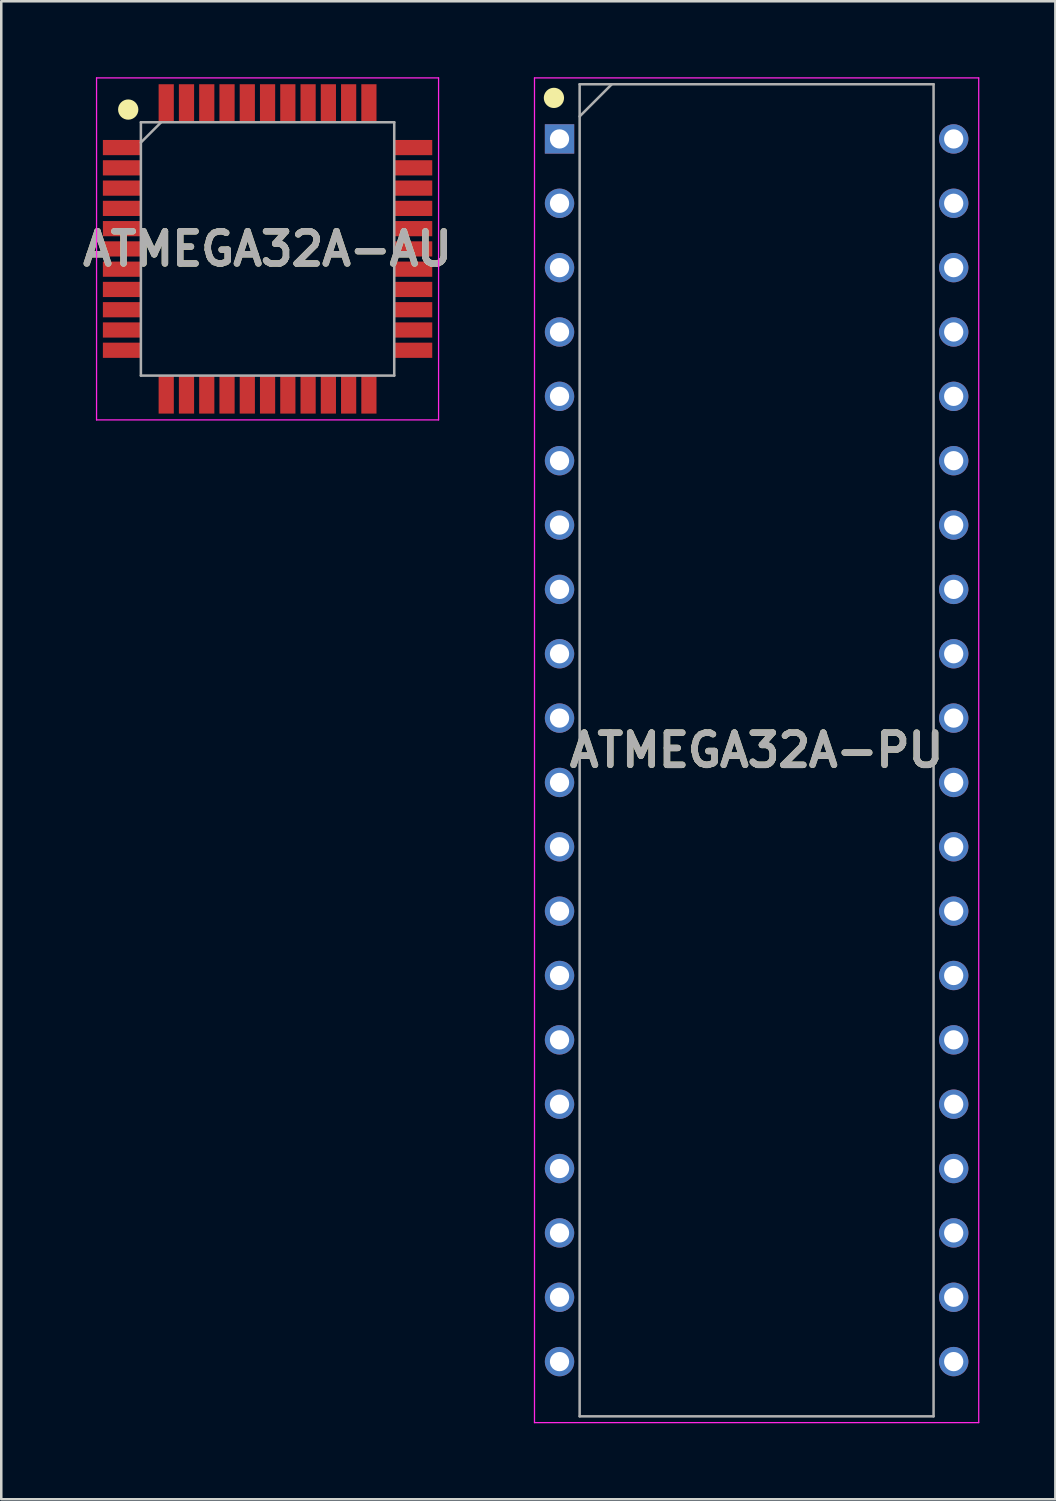
<source format=kicad_pcb>
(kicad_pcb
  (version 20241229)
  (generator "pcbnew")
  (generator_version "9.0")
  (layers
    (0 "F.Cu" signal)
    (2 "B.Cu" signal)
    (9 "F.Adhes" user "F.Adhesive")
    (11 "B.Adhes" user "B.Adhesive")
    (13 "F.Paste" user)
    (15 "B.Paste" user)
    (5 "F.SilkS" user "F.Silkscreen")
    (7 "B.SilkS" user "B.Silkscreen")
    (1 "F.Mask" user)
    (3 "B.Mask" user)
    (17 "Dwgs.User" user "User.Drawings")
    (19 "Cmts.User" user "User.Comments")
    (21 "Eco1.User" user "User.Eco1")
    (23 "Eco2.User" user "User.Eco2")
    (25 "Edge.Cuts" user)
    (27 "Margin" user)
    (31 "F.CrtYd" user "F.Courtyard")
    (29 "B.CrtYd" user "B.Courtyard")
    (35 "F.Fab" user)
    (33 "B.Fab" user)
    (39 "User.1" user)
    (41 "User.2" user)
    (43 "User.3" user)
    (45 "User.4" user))
  (footprint "ATMEGA32A-PU"
    (layer "F.Cu")
    (at 26.814 26.564)
    (property "Reference" "ATMEGA32A-PU" (at 0 0 0) (layer "F.SilkS") (effects (font (size 1.27 1.27) (thickness 0.254))))
    (attr through_hole)
    (fp_circle (center -8 -25.75) (end -8 -25.55) (stroke (width 0.4) (type solid)) (fill no) (layer "F.SilkS"))
    (fp_line (start -8.767 -26.539) (end 8.767 -26.539) (stroke (width 0.05) (type solid)) (layer "F.CrtYd"))
    (fp_line (start -8.767 26.539) (end -8.767 -26.539) (stroke (width 0.05) (type solid)) (layer "F.CrtYd"))
    (fp_line (start 8.767 -26.539) (end 8.767 26.539) (stroke (width 0.05) (type solid)) (layer "F.CrtYd"))
    (fp_line (start 8.767 26.539) (end -8.767 26.539) (stroke (width 0.05) (type solid)) (layer "F.CrtYd"))
    (fp_line (start -6.985 -26.289) (end 6.985 -26.289) (stroke (width 0.1) (type solid)) (layer "F.Fab"))
    (fp_line (start -6.985 -25.019) (end -5.715 -26.289) (stroke (width 0.1) (type solid)) (layer "F.Fab"))
    (fp_line (start -6.985 26.289) (end -6.985 -26.289) (stroke (width 0.1) (type solid)) (layer "F.Fab"))
    (fp_line (start 6.985 -26.289) (end 6.985 26.289) (stroke (width 0.1) (type solid)) (layer "F.Fab"))
    (fp_line (start 6.985 26.289) (end -6.985 26.289) (stroke (width 0.1) (type solid)) (layer "F.Fab"))
    (fp_text user "${REFERENCE}" (at 0 0 0) (layer "F.Fab") (effects (font (size 1.27 1.27) (thickness 0.254))))
    (pad "1" thru_hole rect (at -7.779 -24.13) (size 1.159 1.159) (drill 0.759) (layers "*.Cu" "*.Mask"))
    (pad "2" thru_hole circle (at -7.779 -21.59) (size 1.159 1.159) (drill 0.759) (layers "*.Cu" "*.Mask"))
    (pad "3" thru_hole circle (at -7.779 -19.05) (size 1.159 1.159) (drill 0.759) (layers "*.Cu" "*.Mask"))
    (pad "4" thru_hole circle (at -7.779 -16.51) (size 1.159 1.159) (drill 0.759) (layers "*.Cu" "*.Mask"))
    (pad "5" thru_hole circle (at -7.779 -13.97) (size 1.159 1.159) (drill 0.759) (layers "*.Cu" "*.Mask"))
    (pad "6" thru_hole circle (at -7.779 -11.43) (size 1.159 1.159) (drill 0.759) (layers "*.Cu" "*.Mask"))
    (pad "7" thru_hole circle (at -7.779 -8.89) (size 1.159 1.159) (drill 0.759) (layers "*.Cu" "*.Mask"))
    (pad "8" thru_hole circle (at -7.779 -6.35) (size 1.159 1.159) (drill 0.759) (layers "*.Cu" "*.Mask"))
    (pad "9" thru_hole circle (at -7.779 -3.81) (size 1.159 1.159) (drill 0.759) (layers "*.Cu" "*.Mask"))
    (pad "10" thru_hole circle (at -7.779 -1.27) (size 1.159 1.159) (drill 0.759) (layers "*.Cu" "*.Mask"))
    (pad "11" thru_hole circle (at -7.779 1.27) (size 1.159 1.159) (drill 0.759) (layers "*.Cu" "*.Mask"))
    (pad "12" thru_hole circle (at -7.779 3.81) (size 1.159 1.159) (drill 0.759) (layers "*.Cu" "*.Mask"))
    (pad "13" thru_hole circle (at -7.779 6.35) (size 1.159 1.159) (drill 0.759) (layers "*.Cu" "*.Mask"))
    (pad "14" thru_hole circle (at -7.779 8.89) (size 1.159 1.159) (drill 0.759) (layers "*.Cu" "*.Mask"))
    (pad "15" thru_hole circle (at -7.779 11.43) (size 1.159 1.159) (drill 0.759) (layers "*.Cu" "*.Mask"))
    (pad "16" thru_hole circle (at -7.779 13.97) (size 1.159 1.159) (drill 0.759) (layers "*.Cu" "*.Mask"))
    (pad "17" thru_hole circle (at -7.779 16.51) (size 1.159 1.159) (drill 0.759) (layers "*.Cu" "*.Mask"))
    (pad "18" thru_hole circle (at -7.779 19.05) (size 1.159 1.159) (drill 0.759) (layers "*.Cu" "*.Mask"))
    (pad "19" thru_hole circle (at -7.779 21.59) (size 1.159 1.159) (drill 0.759) (layers "*.Cu" "*.Mask"))
    (pad "20" thru_hole circle (at -7.779 24.13) (size 1.159 1.159) (drill 0.759) (layers "*.Cu" "*.Mask"))
    (pad "21" thru_hole circle (at 7.779 24.13) (size 1.159 1.159) (drill 0.759) (layers "*.Cu" "*.Mask"))
    (pad "22" thru_hole circle (at 7.779 21.59) (size 1.159 1.159) (drill 0.759) (layers "*.Cu" "*.Mask"))
    (pad "23" thru_hole circle (at 7.779 19.05) (size 1.159 1.159) (drill 0.759) (layers "*.Cu" "*.Mask"))
    (pad "24" thru_hole circle (at 7.779 16.51) (size 1.159 1.159) (drill 0.759) (layers "*.Cu" "*.Mask"))
    (pad "25" thru_hole circle (at 7.779 13.97) (size 1.159 1.159) (drill 0.759) (layers "*.Cu" "*.Mask"))
    (pad "26" thru_hole circle (at 7.779 11.43) (size 1.159 1.159) (drill 0.759) (layers "*.Cu" "*.Mask"))
    (pad "27" thru_hole circle (at 7.779 8.89) (size 1.159 1.159) (drill 0.759) (layers "*.Cu" "*.Mask"))
    (pad "28" thru_hole circle (at 7.779 6.35) (size 1.159 1.159) (drill 0.759) (layers "*.Cu" "*.Mask"))
    (pad "29" thru_hole circle (at 7.779 3.81) (size 1.159 1.159) (drill 0.759) (layers "*.Cu" "*.Mask"))
    (pad "30" thru_hole circle (at 7.779 1.27) (size 1.159 1.159) (drill 0.759) (layers "*.Cu" "*.Mask"))
    (pad "31" thru_hole circle (at 7.779 -1.27) (size 1.159 1.159) (drill 0.759) (layers "*.Cu" "*.Mask"))
    (pad "32" thru_hole circle (at 7.779 -3.81) (size 1.159 1.159) (drill 0.759) (layers "*.Cu" "*.Mask"))
    (pad "33" thru_hole circle (at 7.779 -6.35) (size 1.159 1.159) (drill 0.759) (layers "*.Cu" "*.Mask"))
    (pad "34" thru_hole circle (at 7.779 -8.89) (size 1.159 1.159) (drill 0.759) (layers "*.Cu" "*.Mask"))
    (pad "35" thru_hole circle (at 7.779 -11.43) (size 1.159 1.159) (drill 0.759) (layers "*.Cu" "*.Mask"))
    (pad "36" thru_hole circle (at 7.779 -13.97) (size 1.159 1.159) (drill 0.759) (layers "*.Cu" "*.Mask"))
    (pad "37" thru_hole circle (at 7.779 -16.51) (size 1.159 1.159) (drill 0.759) (layers "*.Cu" "*.Mask"))
    (pad "38" thru_hole circle (at 7.779 -19.05) (size 1.159 1.159) (drill 0.759) (layers "*.Cu" "*.Mask"))
    (pad "39" thru_hole circle (at 7.779 -21.59) (size 1.159 1.159) (drill 0.759) (layers "*.Cu" "*.Mask"))
    (pad "40" thru_hole circle (at 7.779 -24.13) (size 1.159 1.159) (drill 0.759) (layers "*.Cu" "*.Mask")))
  (footprint "ATMEGA32A-AU"
    (layer "F.Cu")
    (at 7.511 6.775)
    (property "Reference" "ATMEGA32A-AU" (at 0 0 0) (layer "F.SilkS") (effects (font (size 1.27 1.27) (thickness 0.254))))
    (attr smd)
    (fp_circle (center -5.5 -5.5) (end -5.5 -5.3) (stroke (width 0.4) (type solid)) (fill no) (layer "F.SilkS"))
    (fp_line (start -6.75 -6.75) (end 6.75 -6.75) (stroke (width 0.05) (type solid)) (layer "F.CrtYd"))
    (fp_line (start -6.75 6.75) (end -6.75 -6.75) (stroke (width 0.05) (type solid)) (layer "F.CrtYd"))
    (fp_line (start 6.75 -6.75) (end 6.75 6.75) (stroke (width 0.05) (type solid)) (layer "F.CrtYd"))
    (fp_line (start 6.75 6.75) (end -6.75 6.75) (stroke (width 0.05) (type solid)) (layer "F.CrtYd"))
    (fp_line (start -5 -5) (end 5 -5) (stroke (width 0.1) (type solid)) (layer "F.Fab"))
    (fp_line (start -5 -4.2) (end -4.2 -5) (stroke (width 0.1) (type solid)) (layer "F.Fab"))
    (fp_line (start -5 5) (end -5 -5) (stroke (width 0.1) (type solid)) (layer "F.Fab"))
    (fp_line (start 5 -5) (end 5 5) (stroke (width 0.1) (type solid)) (layer "F.Fab"))
    (fp_line (start 5 5) (end -5 5) (stroke (width 0.1) (type solid)) (layer "F.Fab"))
    (fp_text user "${REFERENCE}" (at 0 0 0) (layer "F.Fab") (effects (font (size 1.27 1.27) (thickness 0.254))))
    (pad "1" smd rect (at -5.75 -4 90) (size 0.6 1.5) (layers "F.Cu" "F.Mask" "F.Paste"))
    (pad "2" smd rect (at -5.75 -3.2 90) (size 0.6 1.5) (layers "F.Cu" "F.Mask" "F.Paste"))
    (pad "3" smd rect (at -5.75 -2.4 90) (size 0.6 1.5) (layers "F.Cu" "F.Mask" "F.Paste"))
    (pad "4" smd rect (at -5.75 -1.6 90) (size 0.6 1.5) (layers "F.Cu" "F.Mask" "F.Paste"))
    (pad "5" smd rect (at -5.75 -0.8 90) (size 0.6 1.5) (layers "F.Cu" "F.Mask" "F.Paste"))
    (pad "6" smd rect (at -5.75 0 90) (size 0.6 1.5) (layers "F.Cu" "F.Mask" "F.Paste"))
    (pad "7" smd rect (at -5.75 0.8 90) (size 0.6 1.5) (layers "F.Cu" "F.Mask" "F.Paste"))
    (pad "8" smd rect (at -5.75 1.6 90) (size 0.6 1.5) (layers "F.Cu" "F.Mask" "F.Paste"))
    (pad "9" smd rect (at -5.75 2.4 90) (size 0.6 1.5) (layers "F.Cu" "F.Mask" "F.Paste"))
    (pad "10" smd rect (at -5.75 3.2 90) (size 0.6 1.5) (layers "F.Cu" "F.Mask" "F.Paste"))
    (pad "11" smd rect (at -5.75 4 90) (size 0.6 1.5) (layers "F.Cu" "F.Mask" "F.Paste"))
    (pad "12" smd rect (at -4 5.75) (size 0.6 1.5) (layers "F.Cu" "F.Mask" "F.Paste"))
    (pad "13" smd rect (at -3.2 5.75) (size 0.6 1.5) (layers "F.Cu" "F.Mask" "F.Paste"))
    (pad "14" smd rect (at -2.4 5.75) (size 0.6 1.5) (layers "F.Cu" "F.Mask" "F.Paste"))
    (pad "15" smd rect (at -1.6 5.75) (size 0.6 1.5) (layers "F.Cu" "F.Mask" "F.Paste"))
    (pad "16" smd rect (at -0.8 5.75) (size 0.6 1.5) (layers "F.Cu" "F.Mask" "F.Paste"))
    (pad "17" smd rect (at 0 5.75) (size 0.6 1.5) (layers "F.Cu" "F.Mask" "F.Paste"))
    (pad "18" smd rect (at 0.8 5.75) (size 0.6 1.5) (layers "F.Cu" "F.Mask" "F.Paste"))
    (pad "19" smd rect (at 1.6 5.75) (size 0.6 1.5) (layers "F.Cu" "F.Mask" "F.Paste"))
    (pad "20" smd rect (at 2.4 5.75) (size 0.6 1.5) (layers "F.Cu" "F.Mask" "F.Paste"))
    (pad "21" smd rect (at 3.2 5.75) (size 0.6 1.5) (layers "F.Cu" "F.Mask" "F.Paste"))
    (pad "22" smd rect (at 4 5.75) (size 0.6 1.5) (layers "F.Cu" "F.Mask" "F.Paste"))
    (pad "23" smd rect (at 5.75 4 90) (size 0.6 1.5) (layers "F.Cu" "F.Mask" "F.Paste"))
    (pad "24" smd rect (at 5.75 3.2 90) (size 0.6 1.5) (layers "F.Cu" "F.Mask" "F.Paste"))
    (pad "25" smd rect (at 5.75 2.4 90) (size 0.6 1.5) (layers "F.Cu" "F.Mask" "F.Paste"))
    (pad "26" smd rect (at 5.75 1.6 90) (size 0.6 1.5) (layers "F.Cu" "F.Mask" "F.Paste"))
    (pad "27" smd rect (at 5.75 0.8 90) (size 0.6 1.5) (layers "F.Cu" "F.Mask" "F.Paste"))
    (pad "28" smd rect (at 5.75 0 90) (size 0.6 1.5) (layers "F.Cu" "F.Mask" "F.Paste"))
    (pad "29" smd rect (at 5.75 -0.8 90) (size 0.6 1.5) (layers "F.Cu" "F.Mask" "F.Paste"))
    (pad "30" smd rect (at 5.75 -1.6 90) (size 0.6 1.5) (layers "F.Cu" "F.Mask" "F.Paste"))
    (pad "31" smd rect (at 5.75 -2.4 90) (size 0.6 1.5) (layers "F.Cu" "F.Mask" "F.Paste"))
    (pad "32" smd rect (at 5.75 -3.2 90) (size 0.6 1.5) (layers "F.Cu" "F.Mask" "F.Paste"))
    (pad "33" smd rect (at 5.75 -4 90) (size 0.6 1.5) (layers "F.Cu" "F.Mask" "F.Paste"))
    (pad "34" smd rect (at 4 -5.75) (size 0.6 1.5) (layers "F.Cu" "F.Mask" "F.Paste"))
    (pad "35" smd rect (at 3.2 -5.75) (size 0.6 1.5) (layers "F.Cu" "F.Mask" "F.Paste"))
    (pad "36" smd rect (at 2.4 -5.75) (size 0.6 1.5) (layers "F.Cu" "F.Mask" "F.Paste"))
    (pad "37" smd rect (at 1.6 -5.75) (size 0.6 1.5) (layers "F.Cu" "F.Mask" "F.Paste"))
    (pad "38" smd rect (at 0.8 -5.75) (size 0.6 1.5) (layers "F.Cu" "F.Mask" "F.Paste"))
    (pad "39" smd rect (at 0 -5.75) (size 0.6 1.5) (layers "F.Cu" "F.Mask" "F.Paste"))
    (pad "40" smd rect (at -0.8 -5.75) (size 0.6 1.5) (layers "F.Cu" "F.Mask" "F.Paste"))
    (pad "41" smd rect (at -1.6 -5.75) (size 0.6 1.5) (layers "F.Cu" "F.Mask" "F.Paste"))
    (pad "42" smd rect (at -2.4 -5.75) (size 0.6 1.5) (layers "F.Cu" "F.Mask" "F.Paste"))
    (pad "43" smd rect (at -3.2 -5.75) (size 0.6 1.5) (layers "F.Cu" "F.Mask" "F.Paste"))
    (pad "44" smd rect (at -4 -5.75) (size 0.6 1.5) (layers "F.Cu" "F.Mask" "F.Paste")))
  (gr_rect
    (start -3 -3)
    (end 38.606 56.128)
    (stroke (width 0.1) (type default))
    (fill no)
    (layer "Edge.Cuts")))
</source>
